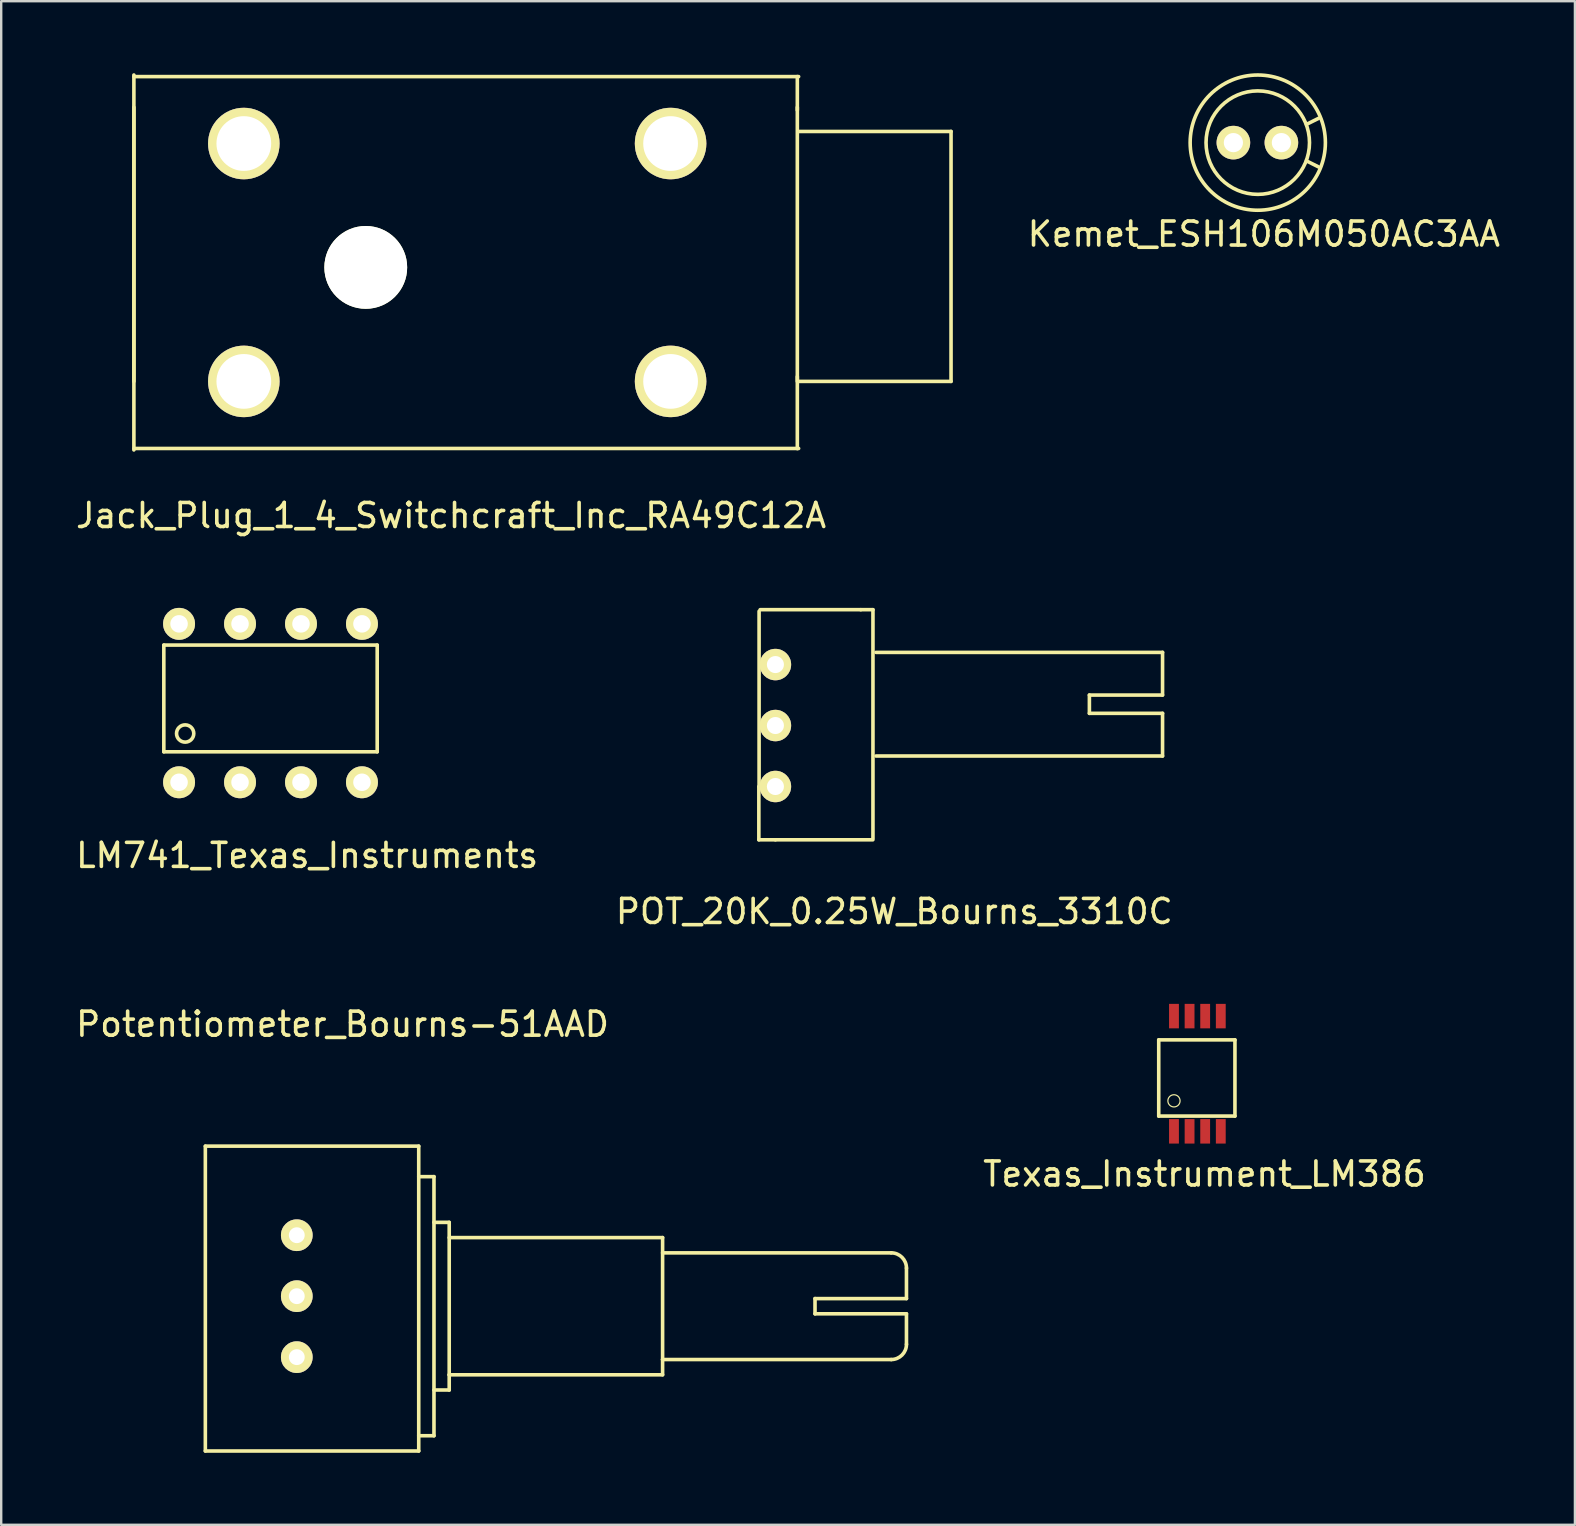
<source format=kicad_pcb>
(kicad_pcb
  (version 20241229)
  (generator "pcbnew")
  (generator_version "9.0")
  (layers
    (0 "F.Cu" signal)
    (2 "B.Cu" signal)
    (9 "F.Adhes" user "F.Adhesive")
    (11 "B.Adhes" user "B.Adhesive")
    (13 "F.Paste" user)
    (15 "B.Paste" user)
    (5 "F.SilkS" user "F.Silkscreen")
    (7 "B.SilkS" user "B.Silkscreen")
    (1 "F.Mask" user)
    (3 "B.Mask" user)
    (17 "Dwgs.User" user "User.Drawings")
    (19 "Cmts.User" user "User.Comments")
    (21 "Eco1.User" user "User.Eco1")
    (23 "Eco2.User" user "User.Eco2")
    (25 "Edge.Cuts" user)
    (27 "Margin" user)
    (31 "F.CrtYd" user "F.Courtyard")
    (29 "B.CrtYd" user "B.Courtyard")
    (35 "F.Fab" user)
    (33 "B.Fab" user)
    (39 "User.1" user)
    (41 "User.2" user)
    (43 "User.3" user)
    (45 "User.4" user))
  (footprint "Texas_Instrument_LM386"
    (layer "F.Cu")
    (at 45.86 44.083)
    (property "Reference" "Texas_Instrument_LM386" (at 1.27 1.778 0) (layer "F.SilkS") (effects (font (size 1 1) (thickness 0.15))))
    (attr through_hole)
    (fp_line (start -0.635 -3.81) (end -0.635 -0.635) (stroke (width 0.15) (type solid)) (layer "F.SilkS"))
    (fp_line (start -0.635 -0.635) (end 2.54 -0.635) (stroke (width 0.15) (type solid)) (layer "F.SilkS"))
    (fp_line (start 2.54 -3.81) (end -0.635 -3.81) (stroke (width 0.15) (type solid)) (layer "F.SilkS"))
    (fp_line (start 2.54 -0.635) (end 2.54 -3.81) (stroke (width 0.15) (type solid)) (layer "F.SilkS"))
    (fp_circle (center 0 -1.27) (end 0 -1.016) (stroke (width 0.05) (type solid)) (fill no) (layer "F.SilkS"))
    (pad "1" smd rect (at 0 0) (size 0.41 1.02) (layers "F.Cu" "F.Mask" "F.Paste"))
    (pad "2" smd rect (at 0.65 0) (size 0.41 1.02) (layers "F.Cu" "F.Mask" "F.Paste"))
    (pad "3" smd rect (at 1.3 0) (size 0.41 1.02) (layers "F.Cu" "F.Mask" "F.Paste"))
    (pad "4" smd rect (at 1.95 0) (size 0.41 1.02) (layers "F.Cu" "F.Mask" "F.Paste"))
    (pad "5" smd rect (at 1.95 -4.8) (size 0.41 1.02) (layers "F.Cu" "F.Mask" "F.Paste"))
    (pad "6" smd rect (at 1.3 -4.8) (size 0.41 1.02) (layers "F.Cu" "F.Mask" "F.Paste"))
    (pad "7" smd rect (at 0.65 -4.8) (size 0.41 1.02) (layers "F.Cu" "F.Mask" "F.Paste"))
    (pad "8" smd rect (at 0 -4.8) (size 0.41 1.02) (layers "F.Cu" "F.Mask" "F.Paste")))
  (footprint "Kemet_ESH106M050AC3AA"
    (layer "F.Cu")
    (at 48.335 2.892)
    (property "Reference" "Kemet_ESH106M050AC3AA" (at 1.27 3.81 0) (layer "F.SilkS") (effects (font (size 1 1) (thickness 0.15))))
    (attr through_hole)
    (fp_line (start 3.556 -1.016) (end 3.048 -0.762) (stroke (width 0.15) (type solid)) (layer "F.SilkS"))
    (fp_line (start 3.556 1.016) (end 3.048 0.762) (stroke (width 0.15) (type solid)) (layer "F.SilkS"))
    (fp_circle (center 1.016 0) (end -0.508 -1.524) (stroke (width 0.15) (type solid)) (fill no) (layer "F.SilkS"))
    (fp_circle (center 1.016 0) (end 3 -2) (stroke (width 0.15) (type solid)) (fill no) (layer "F.SilkS"))
    (pad "1" thru_hole circle (at 0 0) (size 1.4 1.4) (drill 0.8) (layers "*.Cu" "*.Mask" "F.SilkS"))
    (pad "2" thru_hole circle (at 2 0) (size 1.4 1.4) (drill 0.8) (layers "*.Cu" "*.Mask" "F.SilkS")))
  (footprint "Jack_Plug_1_4_Switchcraft_Inc_RA49C12A"
    (layer "F.Cu")
    (at 7.108 12.84)
    (property "Reference" "Jack_Plug_1_4_Switchcraft_Inc_RA49C12A" (at 8.636 5.588 0) (layer "F.SilkS") (effects (font (size 1 1) (thickness 0.15))))
    (attr through_hole)
    (fp_line (start -4.58 0) (end -4.58 -12.765) (stroke (width 0.15) (type solid)) (layer "F.SilkS"))
    (fp_line (start -4.58 2.855) (end -4.58 -11.42) (stroke (width 0.15) (type solid)) (layer "F.SilkS"))
    (fp_line (start -4.572 -12.7) (end 23.114 -12.7) (stroke (width 0.15) (type solid)) (layer "F.SilkS"))
    (fp_line (start -4.572 2.794) (end 23.114 2.794) (stroke (width 0.15) (type solid)) (layer "F.SilkS"))
    (fp_line (start 23.06 -11.42) (end 23.06 0) (stroke (width 0.15) (type solid)) (layer "F.SilkS"))
    (fp_line (start 23.06 -11.3) (end 23.06 -12.7) (stroke (width 0.15) (type solid)) (layer "F.SilkS"))
    (fp_line (start 23.06 -0.2) (end 23.06 2.8) (stroke (width 0.15) (type solid)) (layer "F.SilkS"))
    (fp_line (start 23.114 -10.414) (end 29.464 -10.414) (stroke (width 0.15) (type solid)) (layer "F.SilkS"))
    (fp_line (start 29.464 -10.414) (end 29.464 0) (stroke (width 0.15) (type solid)) (layer "F.SilkS"))
    (fp_line (start 29.464 0) (end 23.114 0) (stroke (width 0.15) (type solid)) (layer "F.SilkS"))
    (pad "" np_thru_hole circle (at 5.08 -4.75) (size 3.45 3.45) (drill 3.45) (layers "*.Cu" "*.Mask" "F.SilkS"))
    (pad "1" thru_hole circle (at 0 0) (size 2.98 2.98) (drill 2.28) (layers "*.Cu" "*.Mask" "F.SilkS"))
    (pad "2" thru_hole circle (at 0 -9.91) (size 2.98 2.98) (drill 2.28) (layers "*.Cu" "*.Mask" "F.SilkS"))
    (pad "3" thru_hole circle (at 17.78 -9.91) (size 2.98 2.98) (drill 2.28) (layers "*.Cu" "*.Mask" "F.SilkS"))
    (pad "3" thru_hole circle (at 17.78 0) (size 2.98 2.98) (drill 2.28) (layers "*.Cu" "*.Mask" "F.SilkS")))
  (footprint "Potentiometer_Bourns-51AAD"
    (layer "F.Cu")
    (at 5.505 44.701)
    (property "Reference" "Potentiometer_Bourns-51AAD" (at 5.715 -5.08 0) (layer "F.SilkS") (effects (font (size 1 1) (thickness 0.15))))
    (attr through_hole)
    (fp_line (start 0 0) (end 0 12.7) (stroke (width 0.15) (type solid)) (layer "F.SilkS"))
    (fp_line (start 0 12.7) (end 8.89 12.7) (stroke (width 0.15) (type solid)) (layer "F.SilkS"))
    (fp_line (start 8.89 0) (end 0 0) (stroke (width 0.15) (type solid)) (layer "F.SilkS"))
    (fp_line (start 8.89 1.27) (end 9.525 1.27) (stroke (width 0.15) (type solid)) (layer "F.SilkS"))
    (fp_line (start 8.89 12.7) (end 8.89 0) (stroke (width 0.15) (type solid)) (layer "F.SilkS"))
    (fp_line (start 9.525 1.27) (end 9.525 12.065) (stroke (width 0.15) (type solid)) (layer "F.SilkS"))
    (fp_line (start 9.525 3.175) (end 10.16 3.175) (stroke (width 0.15) (type solid)) (layer "F.SilkS"))
    (fp_line (start 9.525 12.065) (end 8.89 12.065) (stroke (width 0.15) (type solid)) (layer "F.SilkS"))
    (fp_line (start 10.16 3.175) (end 10.16 9.525) (stroke (width 0.15) (type solid)) (layer "F.SilkS"))
    (fp_line (start 10.16 3.81) (end 19.05 3.81) (stroke (width 0.15) (type solid)) (layer "F.SilkS"))
    (fp_line (start 10.16 9.525) (end 10.16 10.16) (stroke (width 0.15) (type solid)) (layer "F.SilkS"))
    (fp_line (start 10.16 10.16) (end 9.525 10.16) (stroke (width 0.15) (type solid)) (layer "F.SilkS"))
    (fp_line (start 19.05 3.81) (end 19.05 8.89) (stroke (width 0.15) (type solid)) (layer "F.SilkS"))
    (fp_line (start 19.05 4.445) (end 28.575 4.445) (stroke (width 0.15) (type solid)) (layer "F.SilkS"))
    (fp_line (start 19.05 8.89) (end 19.05 9.525) (stroke (width 0.15) (type solid)) (layer "F.SilkS"))
    (fp_line (start 19.05 9.525) (end 10.16 9.525) (stroke (width 0.15) (type solid)) (layer "F.SilkS"))
    (fp_line (start 25.4 6.35) (end 25.4 6.985) (stroke (width 0.15) (type solid)) (layer "F.SilkS"))
    (fp_line (start 25.4 6.985) (end 29.21 6.985) (stroke (width 0.15) (type solid)) (layer "F.SilkS"))
    (fp_line (start 28.575 8.89) (end 19.05 8.89) (stroke (width 0.15) (type solid)) (layer "F.SilkS"))
    (fp_line (start 29.21 5.08) (end 29.21 6.35) (stroke (width 0.15) (type solid)) (layer "F.SilkS"))
    (fp_line (start 29.21 6.35) (end 25.4 6.35) (stroke (width 0.15) (type solid)) (layer "F.SilkS"))
    (fp_line (start 29.21 6.985) (end 29.21 8.255) (stroke (width 0.15) (type solid)) (layer "F.SilkS"))
    (fp_arc (start 28.575 4.445) (mid 29.024013 4.630987) (end 29.21 5.08) (stroke (width 0.15) (type solid)) (layer "F.SilkS"))
    (fp_arc (start 29.21 8.255) (mid 29.024013 8.704013) (end 28.575 8.89) (stroke (width 0.15) (type solid)) (layer "F.SilkS"))
    (pad "1" thru_hole circle (at 3.81 8.79) (size 1.32 1.32) (drill 0.66) (layers "*.Cu" "*.Mask" "F.SilkS"))
    (pad "2" thru_hole circle (at 3.81 6.25) (size 1.32 1.32) (drill 0.66) (layers "*.Cu" "*.Mask" "F.SilkS"))
    (pad "3" thru_hole circle (at 3.81 3.71) (size 1.32 1.32) (drill 0.66) (layers "*.Cu" "*.Mask" "F.SilkS")))
  (footprint "LM741_Texas_Instruments"
    (layer "F.Cu")
    (at 4.41 29.541)
    (property "Reference" "LM741_Texas_Instruments" (at 5.334 3.048 0) (layer "F.SilkS") (effects (font (size 1 1) (thickness 0.15))))
    (attr through_hole)
    (fp_line (start -0.635 -5.715) (end -0.635 -1.27) (stroke (width 0.15) (type solid)) (layer "F.SilkS"))
    (fp_line (start -0.635 -1.27) (end 8.255 -1.27) (stroke (width 0.15) (type solid)) (layer "F.SilkS"))
    (fp_line (start 8.255 -5.715) (end -0.635 -5.715) (stroke (width 0.15) (type solid)) (layer "F.SilkS"))
    (fp_line (start 8.255 -1.27) (end 8.255 -5.715) (stroke (width 0.15) (type solid)) (layer "F.SilkS"))
    (fp_circle (center 0.254 -2.032) (end 0 -2.286) (stroke (width 0.15) (type solid)) (fill no) (layer "F.SilkS"))
    (pad "1" thru_hole circle (at 0 0) (size 1.33 1.33) (drill 0.73) (layers "*.Cu" "*.Mask" "F.SilkS"))
    (pad "2" thru_hole circle (at 2.54 0) (size 1.33 1.33) (drill 0.73) (layers "*.Cu" "*.Mask" "F.SilkS"))
    (pad "3" thru_hole circle (at 5.08 0) (size 1.33 1.33) (drill 0.73) (layers "*.Cu" "*.Mask" "F.SilkS"))
    (pad "4" thru_hole circle (at 7.62 0) (size 1.33 1.33) (drill 0.73) (layers "*.Cu" "*.Mask" "F.SilkS"))
    (pad "5" thru_hole circle (at 7.62 -6.6) (size 1.33 1.33) (drill 0.73) (layers "*.Cu" "*.Mask" "F.SilkS"))
    (pad "6" thru_hole circle (at 5.08 -6.6) (size 1.33 1.33) (drill 0.73) (layers "*.Cu" "*.Mask" "F.SilkS"))
    (pad "7" thru_hole circle (at 2.54 -6.6) (size 1.33 1.33) (drill 0.73) (layers "*.Cu" "*.Mask" "F.SilkS"))
    (pad "8" thru_hole circle (at 0 -6.6) (size 1.33 1.33) (drill 0.73) (layers "*.Cu" "*.Mask" "F.SilkS")))
  (footprint "POT_20K_0.25W_Bourns_3310C"
    (layer "F.Cu")
    (at 29.255 29.717)
    (property "Reference" "POT_20K_0.25W_Bourns_3310C" (at 4.953 5.207 0) (layer "F.SilkS") (effects (font (size 1 1) (thickness 0.15))))
    (attr through_hole)
    (fp_line (start -0.69 2.22) (end -0.69 0) (stroke (width 0.15) (type solid)) (layer "F.SilkS"))
    (fp_line (start -0.69 2.22) (end 0 2.22) (stroke (width 0.15) (type solid)) (layer "F.SilkS"))
    (fp_line (start -0.68 0) (end -0.68 -7.3) (stroke (width 0.15) (type solid)) (layer "F.SilkS"))
    (fp_line (start -0.635 -7.366) (end 3.556 -7.366) (stroke (width 0.15) (type solid)) (layer "F.SilkS"))
    (fp_line (start 0 2.22) (end 4.06 2.22) (stroke (width 0.15) (type solid)) (layer "F.SilkS"))
    (fp_line (start 3.556 -7.366) (end 4.064 -7.366) (stroke (width 0.15) (type solid)) (layer "F.SilkS"))
    (fp_line (start 4.064 2.159) (end 4.064 -7.366) (stroke (width 0.15) (type solid)) (layer "F.SilkS"))
    (fp_line (start 4.191 -5.588) (end 16.129 -5.588) (stroke (width 0.15) (type solid)) (layer "F.SilkS"))
    (fp_line (start 13.081 -3.81) (end 13.081 -3.048) (stroke (width 0.15) (type solid)) (layer "F.SilkS"))
    (fp_line (start 13.081 -3.048) (end 16.129 -3.048) (stroke (width 0.15) (type solid)) (layer "F.SilkS"))
    (fp_line (start 16.129 -5.588) (end 16.129 -3.81) (stroke (width 0.15) (type solid)) (layer "F.SilkS"))
    (fp_line (start 16.129 -3.81) (end 13.081 -3.81) (stroke (width 0.15) (type solid)) (layer "F.SilkS"))
    (fp_line (start 16.129 -3.048) (end 16.129 -1.27) (stroke (width 0.15) (type solid)) (layer "F.SilkS"))
    (fp_line (start 16.129 -1.27) (end 4.191 -1.27) (stroke (width 0.15) (type solid)) (layer "F.SilkS"))
    (pad "1" thru_hole circle (at 0 0) (size 1.31 1.31) (drill 0.71) (layers "*.Cu" "*.Mask" "F.SilkS"))
    (pad "2" thru_hole circle (at 0 -2.54) (size 1.31 1.31) (drill 0.71) (layers "*.Cu" "*.Mask" "F.SilkS"))
    (pad "3" thru_hole circle (at 0 -5.08) (size 1.31 1.31) (drill 0.71) (layers "*.Cu" "*.Mask" "F.SilkS")))
  (gr_rect
    (start -3 -3)
    (end 62.564 60.476)
    (stroke (width 0.1) (type default))
    (fill no)
    (layer "Edge.Cuts")))
</source>
